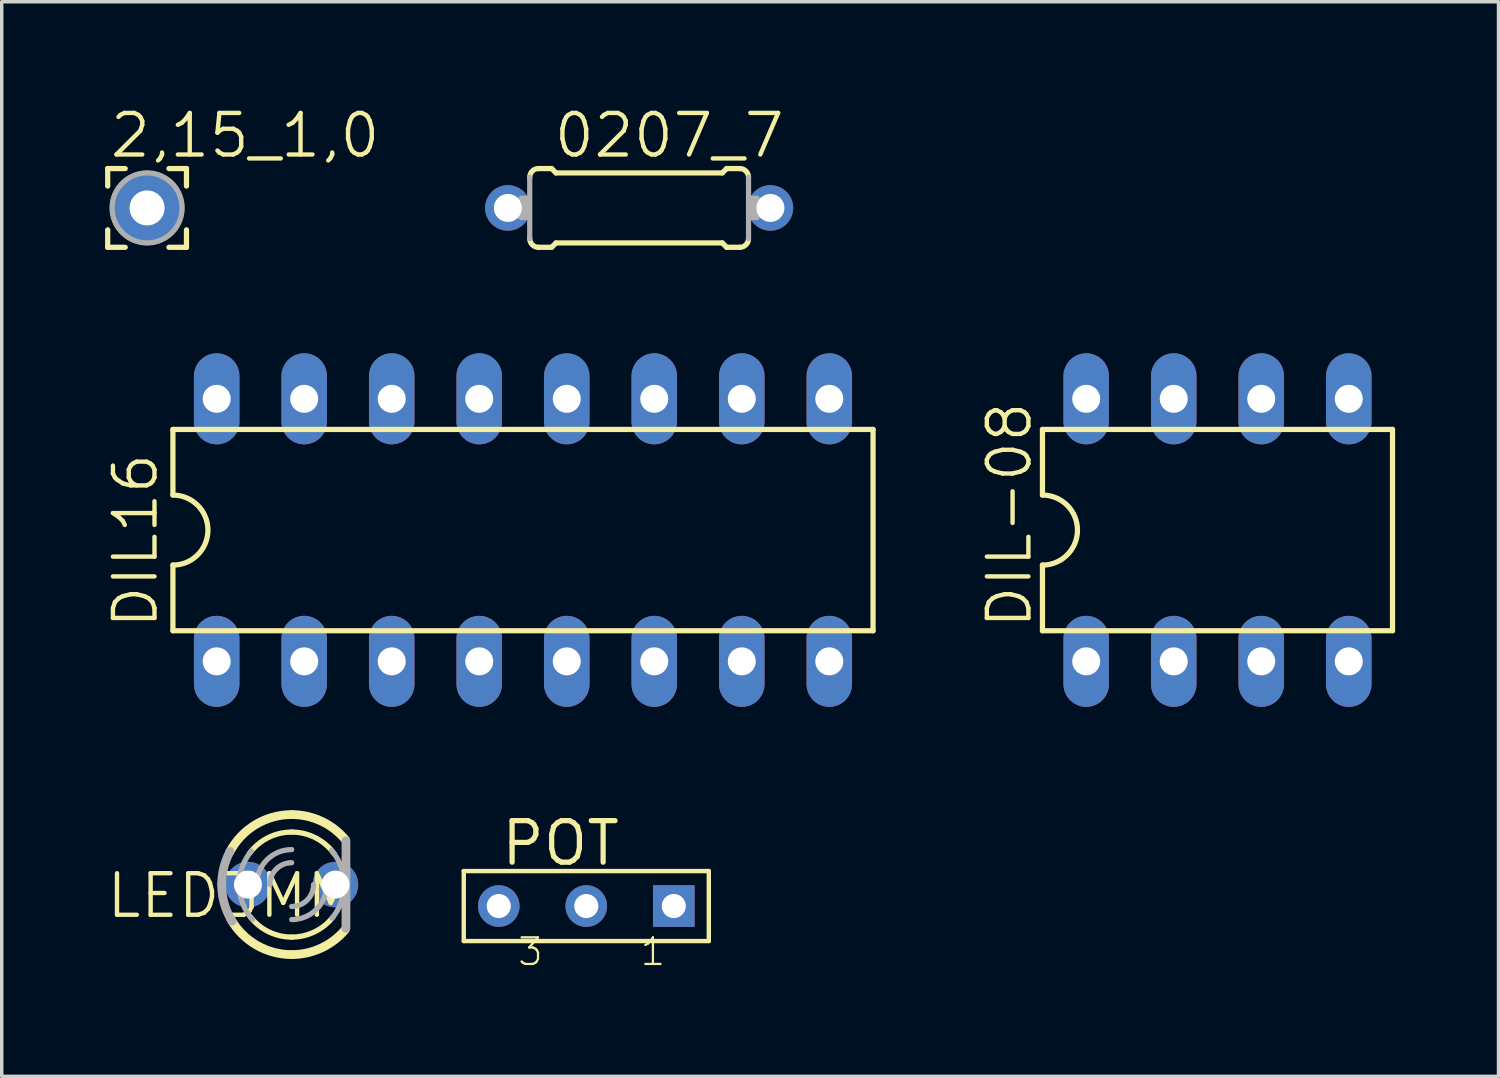
<source format=kicad_pcb>
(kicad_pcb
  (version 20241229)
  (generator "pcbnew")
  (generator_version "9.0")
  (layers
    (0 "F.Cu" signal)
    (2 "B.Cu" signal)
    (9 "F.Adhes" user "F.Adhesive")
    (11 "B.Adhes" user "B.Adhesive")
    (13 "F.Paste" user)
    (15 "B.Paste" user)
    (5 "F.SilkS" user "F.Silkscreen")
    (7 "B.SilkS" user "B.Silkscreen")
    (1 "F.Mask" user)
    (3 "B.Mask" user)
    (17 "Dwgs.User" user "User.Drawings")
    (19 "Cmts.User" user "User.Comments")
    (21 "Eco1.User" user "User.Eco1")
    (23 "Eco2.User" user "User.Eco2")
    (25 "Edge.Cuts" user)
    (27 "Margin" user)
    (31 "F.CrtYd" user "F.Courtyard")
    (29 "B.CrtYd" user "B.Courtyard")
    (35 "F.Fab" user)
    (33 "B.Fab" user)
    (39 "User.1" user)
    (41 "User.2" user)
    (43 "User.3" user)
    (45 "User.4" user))
  (footprint "DIL-08"
    (layer "F.Cu")
    (at 32.286 12.335)
    (property "Reference" "DIL-08" (at -5.334 2.921 90) (layer "F.SilkS") (effects (font (size 1.206 1.206) (thickness 0.127)) (justify left bottom)))
    (attr through_hole)
    (fp_line (start -5.08 -2.921) (end -5.08 -1.016) (stroke (width 0.152) (type solid)) (layer "F.SilkS"))
    (fp_line (start -5.08 2.921) (end -5.08 1.016) (stroke (width 0.152) (type solid)) (layer "F.SilkS"))
    (fp_line (start -5.08 2.921) (end 5.08 2.921) (stroke (width 0.152) (type solid)) (layer "F.SilkS"))
    (fp_line (start 5.08 -2.921) (end -5.08 -2.921) (stroke (width 0.152) (type solid)) (layer "F.SilkS"))
    (fp_line (start 5.08 -2.921) (end 5.08 2.921) (stroke (width 0.152) (type solid)) (layer "F.SilkS"))
    (fp_arc (start -5.08 -1.016) (mid -4.064 0) (end -5.08 1.016) (stroke (width 0.1524) (type solid)) (layer "F.SilkS"))
    (pad "1" thru_hole oval (at -3.81 3.81 90) (size 2.642 1.321) (drill 0.813) (layers "*.Cu" "*.Mask"))
    (pad "2" thru_hole oval (at -1.27 3.81 90) (size 2.642 1.321) (drill 0.813) (layers "*.Cu" "*.Mask"))
    (pad "3" thru_hole oval (at 1.27 3.81 90) (size 2.642 1.321) (drill 0.813) (layers "*.Cu" "*.Mask"))
    (pad "4" thru_hole oval (at 3.81 3.81 90) (size 2.642 1.321) (drill 0.813) (layers "*.Cu" "*.Mask"))
    (pad "5" thru_hole oval (at 3.81 -3.81 90) (size 2.642 1.321) (drill 0.813) (layers "*.Cu" "*.Mask"))
    (pad "6" thru_hole oval (at 1.27 -3.81 90) (size 2.642 1.321) (drill 0.813) (layers "*.Cu" "*.Mask"))
    (pad "7" thru_hole oval (at -1.27 -3.81 90) (size 2.642 1.321) (drill 0.813) (layers "*.Cu" "*.Mask"))
    (pad "8" thru_hole oval (at -3.81 -3.81 90) (size 2.642 1.321) (drill 0.813) (layers "*.Cu" "*.Mask")))
  (footprint "0207_7"
    (layer "F.Cu")
    (at 15.5 2.985)
    (property "Reference" "0207_7" (at -2.54 -1.397 0) (layer "F.SilkS") (effects (font (size 1.206 1.206) (thickness 0.127)) (justify left bottom)))
    (attr through_hole)
    (fp_line (start -2.921 -1.143) (end -2.54 -1.143) (stroke (width 0.152) (type solid)) (layer "F.SilkS"))
    (fp_line (start -2.921 1.143) (end -2.54 1.143) (stroke (width 0.152) (type solid)) (layer "F.SilkS"))
    (fp_line (start -2.413 -1.016) (end -2.54 -1.143) (stroke (width 0.152) (type solid)) (layer "F.SilkS"))
    (fp_line (start -2.413 1.016) (end -2.54 1.143) (stroke (width 0.152) (type solid)) (layer "F.SilkS"))
    (fp_line (start 2.413 -1.016) (end -2.413 -1.016) (stroke (width 0.152) (type solid)) (layer "F.SilkS"))
    (fp_line (start 2.413 -1.016) (end 2.54 -1.143) (stroke (width 0.152) (type solid)) (layer "F.SilkS"))
    (fp_line (start 2.413 1.016) (end -2.413 1.016) (stroke (width 0.152) (type solid)) (layer "F.SilkS"))
    (fp_line (start 2.413 1.016) (end 2.54 1.143) (stroke (width 0.152) (type solid)) (layer "F.SilkS"))
    (fp_line (start 2.921 -1.143) (end 2.54 -1.143) (stroke (width 0.152) (type solid)) (layer "F.SilkS"))
    (fp_line (start 2.921 1.143) (end 2.54 1.143) (stroke (width 0.152) (type solid)) (layer "F.SilkS"))
    (fp_arc (start -3.175 -0.889) (mid -3.100605 -1.068605) (end -2.921 -1.143) (stroke (width 0.1524) (type solid)) (layer "F.SilkS"))
    (fp_arc (start -2.921 1.143) (mid -3.100605 1.068605) (end -3.175 0.889) (stroke (width 0.1524) (type solid)) (layer "F.SilkS"))
    (fp_arc (start 2.921 -1.143) (mid 3.100605 -1.068605) (end 3.175 -0.889) (stroke (width 0.1524) (type solid)) (layer "F.SilkS"))
    (fp_arc (start 3.175 0.889) (mid 3.100605 1.068605) (end 2.921 1.143) (stroke (width 0.1524) (type solid)) (layer "F.SilkS"))
    (fp_line (start -3.81 0) (end -3.429 0) (stroke (width 0.61) (type solid)) (layer "F.Fab"))
    (fp_line (start -3.175 0.889) (end -3.175 -0.889) (stroke (width 0.152) (type solid)) (layer "F.Fab"))
    (fp_line (start 3.175 0.889) (end 3.175 -0.889) (stroke (width 0.152) (type solid)) (layer "F.Fab"))
    (fp_line (start 3.429 0) (end 3.81 0) (stroke (width 0.61) (type solid)) (layer "F.Fab"))
    (fp_poly (pts (xy -3.429 0.305) (xy -3.175 0.305) (xy -3.175 -0.305) (xy -3.429 -0.305)) (stroke (width 0.1) (type solid)) (fill no) (layer "F.Fab"))
    (fp_poly (pts (xy 3.175 0.305) (xy 3.429 0.305) (xy 3.429 -0.305) (xy 3.175 -0.305)) (stroke (width 0.1) (type solid)) (fill no) (layer "F.Fab"))
    (pad "1" thru_hole circle (at -3.81 0) (size 1.321 1.321) (drill 0.813) (layers "*.Cu" "*.Mask"))
    (pad "2" thru_hole circle (at 3.81 0) (size 1.321 1.321) (drill 0.813) (layers "*.Cu" "*.Mask")))
  (footprint "LED3MM"
    (layer "F.Cu")
    (at 5.416 22.624)
    (property "Reference" "LED3MM" (at 1.905 -0.381 0) (layer "F.SilkS") (effects (font (size 1.206 1.206) (thickness 0.127)) (justify right top)))
    (attr through_hole)
    (fp_arc (start -1.7929 -0.9562) (mid -1.045438 -1.7424) (end 0 -2.032) (stroke (width 0.254) (type solid)) (layer "F.SilkS"))
    (fp_arc (start -1.2192 -0.9144) (mid -0.681554 -1.363107) (end 0 -1.524) (stroke (width 0.1524) (type solid)) (layer "F.SilkS"))
    (fp_arc (start 0 -2.032) (mid 0.861864 -1.840173) (end 1.561 -1.3009) (stroke (width 0.254) (type solid)) (layer "F.SilkS"))
    (fp_arc (start 0 -1.524) (mid 0.697339 -1.355082) (end 1.2401 -0.885801) (stroke (width 0.1524) (type solid)) (layer "F.SilkS"))
    (fp_arc (start 0 1.524) (mid -0.669593 1.369018) (end -1.203 0.9356) (stroke (width 0.1524) (type solid)) (layer "F.SilkS"))
    (fp_arc (start 0 2.032) (mid -1.019924 1.757525) (end -1.7643 1.0082) (stroke (width 0.254) (type solid)) (layer "F.SilkS"))
    (fp_arc (start 1.203 0.9356) (mid 0.669593 1.369018) (end 0 1.524) (stroke (width 0.1524) (type solid)) (layer "F.SilkS"))
    (fp_arc (start 1.5512 1.3126) (mid 0.854953 1.843405) (end 0 2.032) (stroke (width 0.254) (type solid)) (layer "F.SilkS"))
    (fp_line (start 1.575 1.27) (end 1.575 -1.27) (stroke (width 0.254) (type solid)) (layer "F.Fab"))
    (fp_arc (start -2.032 0) (mid -1.970339 -0.496775) (end -1.7891 -0.9634) (stroke (width 0.254) (type solid)) (layer "F.Fab"))
    (fp_arc (start -1.7306 1.065) (mid -1.95521 0.553417) (end -2.032 0) (stroke (width 0.254) (type solid)) (layer "F.Fab"))
    (fp_arc (start -1.524 0) (mid -1.432981 -0.518783) (end -1.1708 -0.9756) (stroke (width 0.1524) (type solid)) (layer "F.Fab"))
    (fp_arc (start -1.1391 1.0125) (mid -1.42454 0.5416) (end -1.524 0) (stroke (width 0.1524) (type solid)) (layer "F.Fab"))
    (fp_arc (start -1.016 0) (mid -0.71842 -0.71842) (end 0 -1.016) (stroke (width 0.1524) (type solid)) (layer "F.Fab"))
    (fp_arc (start -0.635 0) (mid -0.449013 -0.449013) (end 0 -0.635) (stroke (width 0.1524) (type solid)) (layer "F.Fab"))
    (fp_arc (start 0.635 0) (mid 0.449013 0.449013) (end 0 0.635) (stroke (width 0.1524) (type solid)) (layer "F.Fab"))
    (fp_arc (start 1.016 0) (mid 0.71842 0.71842) (end 0 1.016) (stroke (width 0.1524) (type solid)) (layer "F.Fab"))
    (fp_arc (start 1.1571 -0.9918) (mid 1.429332 -0.528744) (end 1.524 0) (stroke (width 0.1524) (type solid)) (layer "F.Fab"))
    (fp_arc (start 1.524 0) (mid 1.432981 0.518783) (end 1.1708 0.9756) (stroke (width 0.1524) (type solid)) (layer "F.Fab"))
    (pad "A" thru_hole circle (at -1.27 0) (size 1.321 1.321) (drill 0.813) (layers "*.Cu" "*.Mask"))
    (pad "K" thru_hole circle (at 1.27 0) (size 1.321 1.321) (drill 0.813) (layers "*.Cu" "*.Mask")))
  (footprint "DIL16"
    (layer "F.Cu")
    (at 12.129 12.335)
    (property "Reference" "DIL16" (at -10.541 2.921 90) (layer "F.SilkS") (effects (font (size 1.206 1.206) (thickness 0.127)) (justify left bottom)))
    (attr through_hole)
    (fp_line (start -10.16 -2.921) (end -10.16 -1.016) (stroke (width 0.152) (type solid)) (layer "F.SilkS"))
    (fp_line (start -10.16 2.921) (end -10.16 1.016) (stroke (width 0.152) (type solid)) (layer "F.SilkS"))
    (fp_line (start -10.16 2.921) (end 10.16 2.921) (stroke (width 0.152) (type solid)) (layer "F.SilkS"))
    (fp_line (start 10.16 -2.921) (end -10.16 -2.921) (stroke (width 0.152) (type solid)) (layer "F.SilkS"))
    (fp_line (start 10.16 -2.921) (end 10.16 2.921) (stroke (width 0.152) (type solid)) (layer "F.SilkS"))
    (fp_arc (start -10.16 -1.016) (mid -9.144 0) (end -10.16 1.016) (stroke (width 0.1524) (type solid)) (layer "F.SilkS"))
    (pad "1" thru_hole oval (at -8.89 3.81 90) (size 2.642 1.321) (drill 0.813) (layers "*.Cu" "*.Mask"))
    (pad "2" thru_hole oval (at -6.35 3.81 90) (size 2.642 1.321) (drill 0.813) (layers "*.Cu" "*.Mask"))
    (pad "3" thru_hole oval (at -3.81 3.81 90) (size 2.642 1.321) (drill 0.813) (layers "*.Cu" "*.Mask"))
    (pad "4" thru_hole oval (at -1.27 3.81 90) (size 2.642 1.321) (drill 0.813) (layers "*.Cu" "*.Mask"))
    (pad "5" thru_hole oval (at 1.27 3.81 90) (size 2.642 1.321) (drill 0.813) (layers "*.Cu" "*.Mask"))
    (pad "6" thru_hole oval (at 3.81 3.81 90) (size 2.642 1.321) (drill 0.813) (layers "*.Cu" "*.Mask"))
    (pad "7" thru_hole oval (at 6.35 3.81 90) (size 2.642 1.321) (drill 0.813) (layers "*.Cu" "*.Mask"))
    (pad "8" thru_hole oval (at 8.89 3.81 90) (size 2.642 1.321) (drill 0.813) (layers "*.Cu" "*.Mask"))
    (pad "9" thru_hole oval (at 8.89 -3.81 90) (size 2.642 1.321) (drill 0.813) (layers "*.Cu" "*.Mask"))
    (pad "10" thru_hole oval (at 6.35 -3.81 90) (size 2.642 1.321) (drill 0.813) (layers "*.Cu" "*.Mask"))
    (pad "11" thru_hole oval (at 3.81 -3.81 90) (size 2.642 1.321) (drill 0.813) (layers "*.Cu" "*.Mask"))
    (pad "12" thru_hole oval (at 1.27 -3.81 90) (size 2.642 1.321) (drill 0.813) (layers "*.Cu" "*.Mask"))
    (pad "13" thru_hole oval (at -1.27 -3.81 90) (size 2.642 1.321) (drill 0.813) (layers "*.Cu" "*.Mask"))
    (pad "14" thru_hole oval (at -3.81 -3.81 90) (size 2.642 1.321) (drill 0.813) (layers "*.Cu" "*.Mask"))
    (pad "15" thru_hole oval (at -6.35 -3.81 90) (size 2.642 1.321) (drill 0.813) (layers "*.Cu" "*.Mask"))
    (pad "16" thru_hole oval (at -8.89 -3.81 90) (size 2.642 1.321) (drill 0.813) (layers "*.Cu" "*.Mask")))
  (footprint "2,15_1,0"
    (layer "F.Cu")
    (at 1.219 2.985)
    (property "Reference" "2,15_1,0" (at -1.143 -1.397 0) (layer "F.SilkS") (effects (font (size 1.206 1.206) (thickness 0.127)) (justify left bottom)))
    (attr through_hole)
    (fp_line (start -1.143 -1.143) (end -1.143 -0.635) (stroke (width 0.152) (type solid)) (layer "F.SilkS"))
    (fp_line (start -1.143 0.635) (end -1.143 1.143) (stroke (width 0.152) (type solid)) (layer "F.SilkS"))
    (fp_line (start -1.143 1.143) (end -0.635 1.143) (stroke (width 0.152) (type solid)) (layer "F.SilkS"))
    (fp_line (start -0.635 -1.143) (end -1.143 -1.143) (stroke (width 0.152) (type solid)) (layer "F.SilkS"))
    (fp_line (start 1.143 -1.143) (end 0.635 -1.143) (stroke (width 0.152) (type solid)) (layer "F.SilkS"))
    (fp_line (start 1.143 -0.635) (end 1.143 -1.143) (stroke (width 0.152) (type solid)) (layer "F.SilkS"))
    (fp_line (start 1.143 1.143) (end 0.635 1.143) (stroke (width 0.152) (type solid)) (layer "F.SilkS"))
    (fp_line (start 1.143 1.143) (end 1.143 0.635) (stroke (width 0.152) (type solid)) (layer "F.SilkS"))
    (fp_circle (center 0 0) (end 1.016 0) (stroke (width 0.152) (type solid)) (fill no) (layer "F.Fab"))
    (pad "1" thru_hole circle (at 0 0) (size 2.159 2.159) (drill 1.016) (layers "*.Cu" "*.Mask")))
  (footprint "POT"
    (layer "F.Cu")
    (at 13.966 23.247)
    (property "Reference" "POT" (at -2.54 -1.118 0) (layer "F.SilkS") (effects (font (size 1.206 1.206) (thickness 0.152)) (justify left bottom)))
    (attr through_hole)
    (fp_line (start -3.556 -1.016) (end 3.556 -1.016) (stroke (width 0.127) (type solid)) (layer "F.SilkS"))
    (fp_line (start -3.556 1.016) (end -3.556 -1.016) (stroke (width 0.127) (type solid)) (layer "F.SilkS"))
    (fp_line (start 3.556 -1.016) (end 3.556 1.016) (stroke (width 0.127) (type solid)) (layer "F.SilkS"))
    (fp_line (start 3.556 1.016) (end -3.556 1.016) (stroke (width 0.127) (type solid)) (layer "F.SilkS"))
    (fp_text user "3" (at -2.032 1.778 0) (layer "F.SilkS") (effects (font (size 0.772 0.772) (thickness 0.065)) (justify left bottom)))
    (fp_text user "1" (at 1.524 1.778 0) (layer "F.SilkS") (effects (font (size 0.772 0.772) (thickness 0.065)) (justify left bottom)))
    (pad "1" thru_hole rect (at 2.54 0 90) (size 1.208 1.208) (drill 0.7) (layers "*.Cu" "*.Mask"))
    (pad "2" thru_hole circle (at 0 0 90) (size 1.208 1.208) (drill 0.7) (layers "*.Cu" "*.Mask"))
    (pad "3" thru_hole circle (at -2.54 0 90) (size 1.208 1.208) (drill 0.7) (layers "*.Cu" "*.Mask")))
  (gr_rect
    (start -3 -3)
    (end 40.442 28.189)
    (stroke (width 0.1) (type default))
    (fill no)
    (layer "Edge.Cuts")))
</source>
